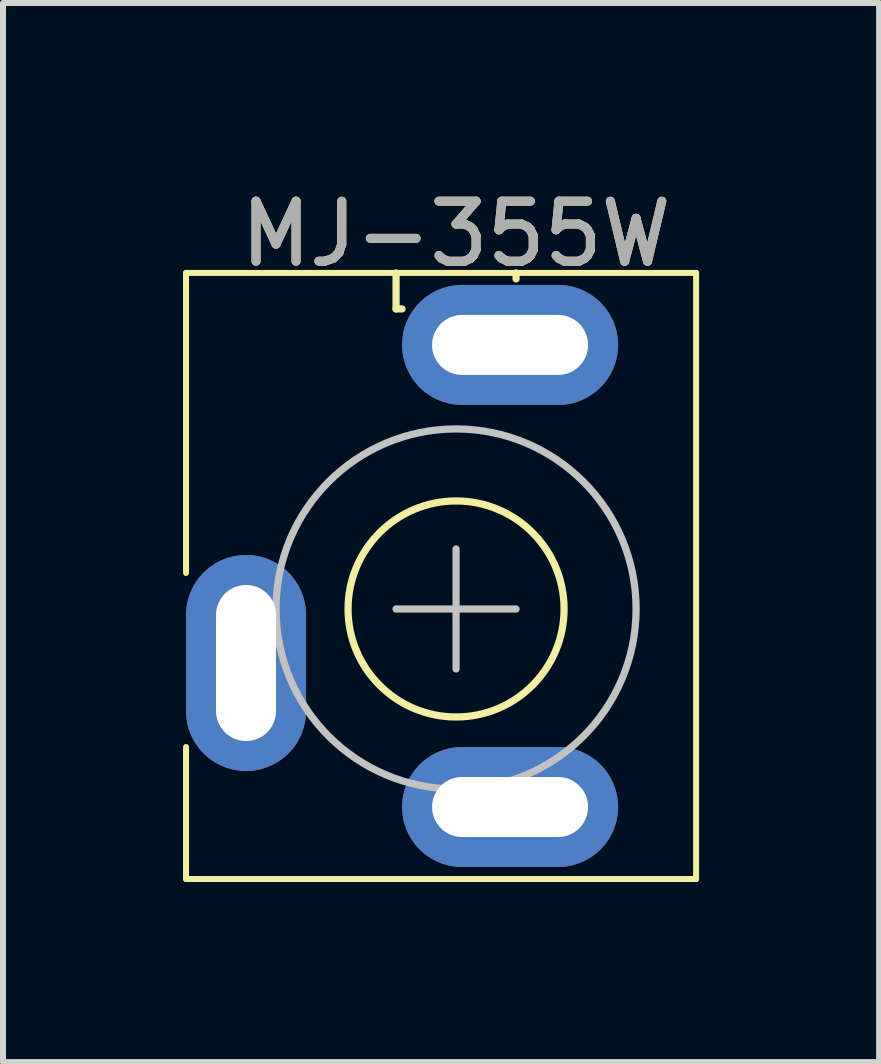
<source format=kicad_pcb>
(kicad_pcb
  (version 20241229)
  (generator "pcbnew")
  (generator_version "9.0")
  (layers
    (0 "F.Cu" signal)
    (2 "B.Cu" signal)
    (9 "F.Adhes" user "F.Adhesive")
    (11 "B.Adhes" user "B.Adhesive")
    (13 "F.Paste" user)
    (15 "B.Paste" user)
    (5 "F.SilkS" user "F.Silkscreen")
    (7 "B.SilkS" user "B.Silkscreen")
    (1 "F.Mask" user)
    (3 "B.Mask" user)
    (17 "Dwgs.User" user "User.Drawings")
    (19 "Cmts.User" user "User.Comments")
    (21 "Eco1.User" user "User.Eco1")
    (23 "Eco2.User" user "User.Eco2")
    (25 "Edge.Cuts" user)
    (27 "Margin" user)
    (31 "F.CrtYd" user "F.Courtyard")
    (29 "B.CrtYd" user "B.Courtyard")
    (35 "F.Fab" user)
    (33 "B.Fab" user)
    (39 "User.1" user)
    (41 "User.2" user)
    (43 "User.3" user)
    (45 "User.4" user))
  (footprint "MJ-355W"
    (layer "F.Cu")
    (at 4.55 7.098)
    (property "Reference" "MJ-355W" (at 0 -6.25 0) (layer "F.SilkS") (effects (font (size 1 1) (thickness 0.15))))
    (attr through_hole)
    (fp_line (start -4.5 -5.6) (end 4 -5.6) (stroke (width 0.1) (type solid)) (layer "F.SilkS"))
    (fp_line (start -4.5 -0.6) (end -4.5 -5.6) (stroke (width 0.1) (type solid)) (layer "F.SilkS"))
    (fp_line (start -4.5 4.5) (end -4.5 2.3) (stroke (width 0.1) (type solid)) (layer "F.SilkS"))
    (fp_line (start -1 -5.6) (end -1 -5) (stroke (width 0.12) (type solid)) (layer "F.SilkS"))
    (fp_line (start -1 -5) (end -0.9 -5) (stroke (width 0.12) (type solid)) (layer "F.SilkS"))
    (fp_line (start 1 -5.6) (end 1 -5.5) (stroke (width 0.12) (type solid)) (layer "F.SilkS"))
    (fp_line (start 4 -5.6) (end 4 4.5) (stroke (width 0.1) (type solid)) (layer "F.SilkS"))
    (fp_line (start 4 4.5) (end -4.5 4.5) (stroke (width 0.1) (type solid)) (layer "F.SilkS"))
    (fp_circle (center 0 0) (end 1.8 0) (stroke (width 0.12) (type solid)) (fill no) (layer "F.SilkS"))
    (fp_line (start -1 0) (end 1 0) (stroke (width 0.12) (type solid)) (layer "Dwgs.User"))
    (fp_line (start 0 -1) (end 0 1) (stroke (width 0.12) (type solid)) (layer "Dwgs.User"))
    (fp_circle (center 0 0) (end 3 0) (stroke (width 0.12) (type solid)) (fill no) (layer "Dwgs.User"))
    (fp_text user "${REFERENCE}" (at 0 -6.25 0) (layer "F.Fab") (effects (font (size 1 1) (thickness 0.15))))
    (pad "R" thru_hole oval (at 0.9 3.3 180) (size 3.6 2) (drill oval 2.6 1) (layers "*.Cu" "*.Mask"))
    (pad "S" thru_hole oval (at -3.5 0.9 90) (size 3.6 2) (drill oval 2.6 1) (layers "*.Cu" "*.Mask"))
    (pad "T" thru_hole oval (at 0.9 -4.4 180) (size 3.6 2) (drill oval 2.6 1) (layers "*.Cu" "*.Mask")))
  (gr_rect
    (start -3 -3)
    (end 11.6 14.648)
    (stroke (width 0.1) (type default))
    (fill no)
    (layer "Edge.Cuts")))
</source>
